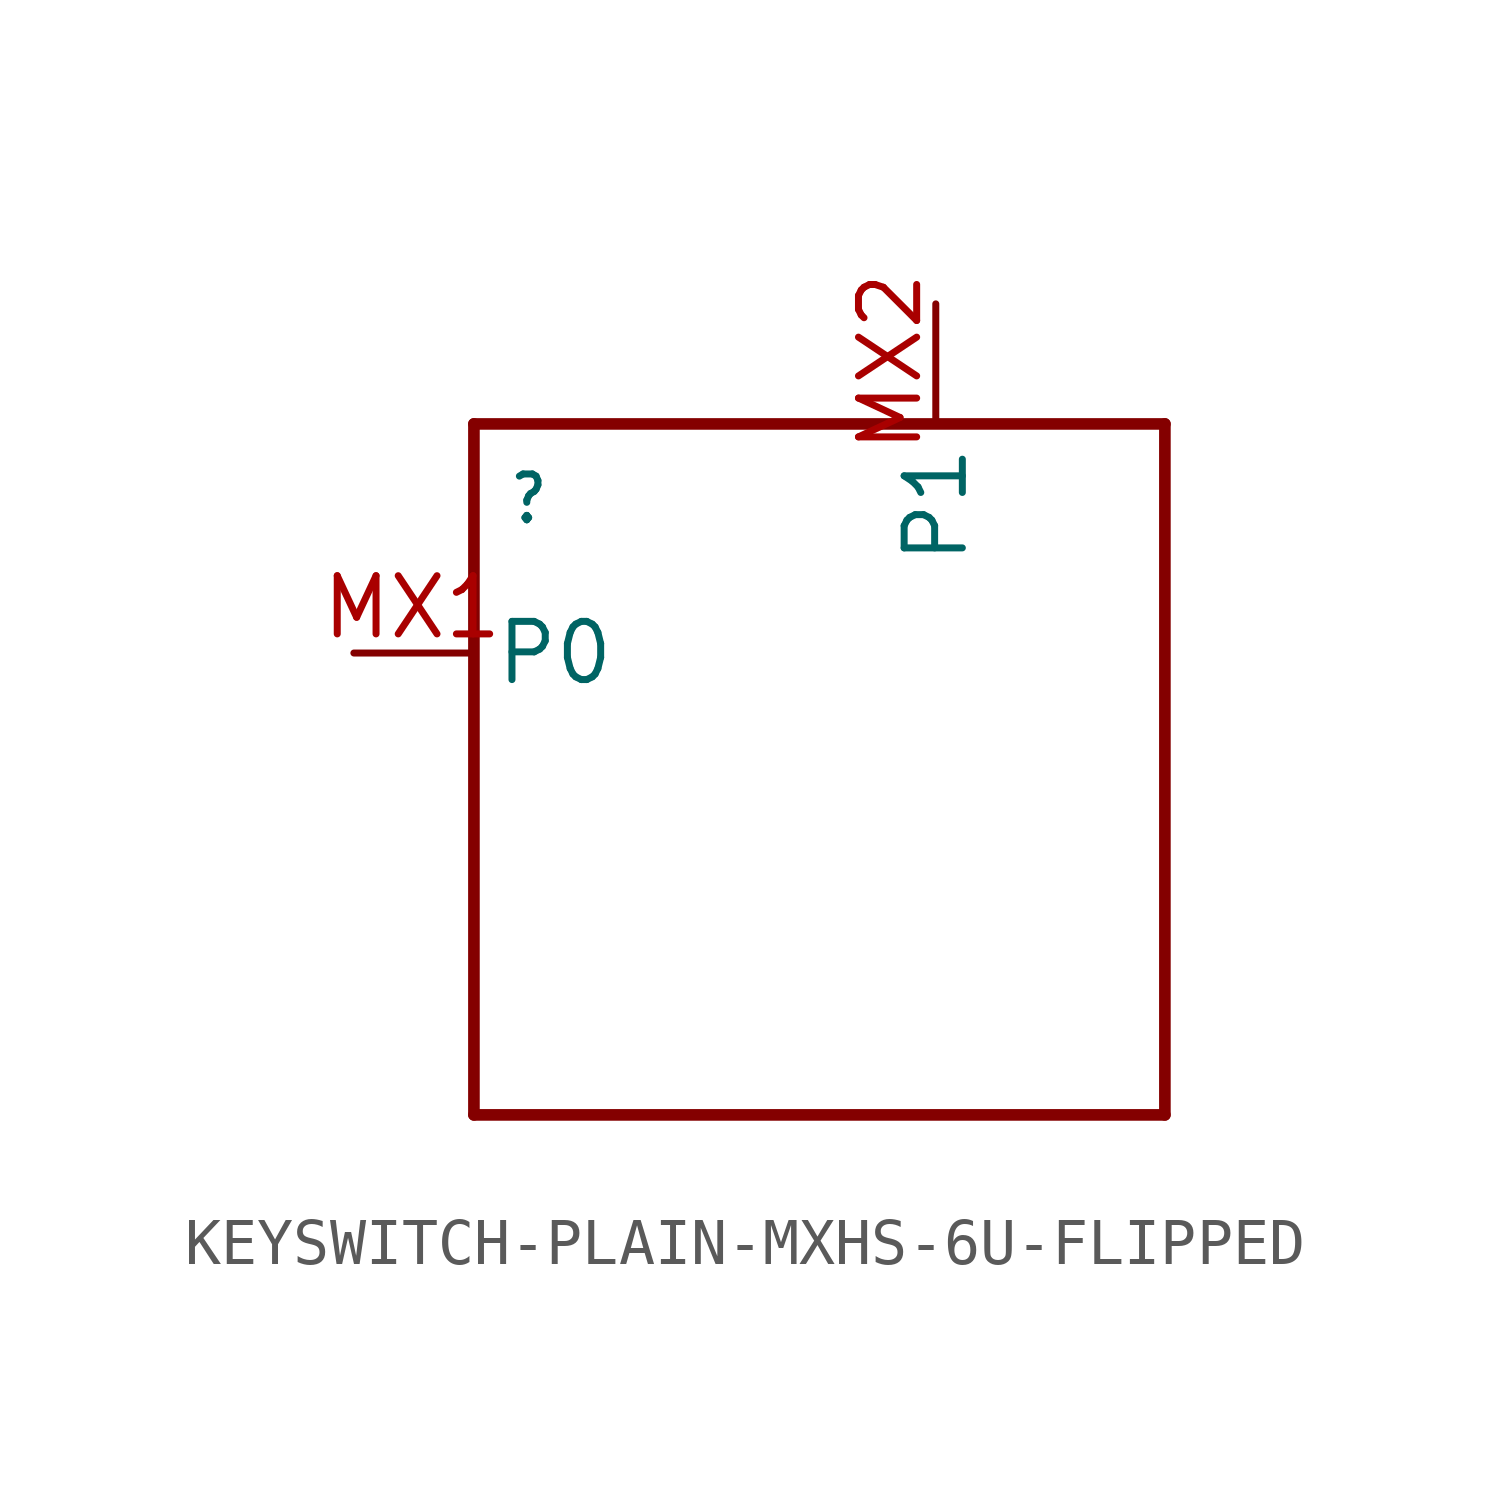
<source format=kicad_sym>
(kicad_symbol_lib
  (version 20211014)
  (generator kicad_symbol_editor)
  (symbol "KEYSWITCH-PLAIN-MXHS-6U-FLIPPED"
    (property "Reference" ""
      (at -6.81 5.318 0)
      (effects (font (size 1 0.85)) (justify left bottom)))
    (property "ki_locked" ""
      (at 0 0 0)
      (effects (font (size 1.27 1.27))))
    (symbol "KEYSWITCH-PLAIN-MXHS-6U-FLIPPED_1_0"
      (polyline (pts (xy -7.54 -7.54) (xy -7.54 7.54)) (stroke (width 0.254) (type default) (color 0 0 0 0)) (fill (type none)))
      (polyline (pts (xy -7.54 7.54) (xy 7.54 7.54)) (stroke (width 0.254) (type default) (color 0 0 0 0)) (fill (type none)))
      (polyline (pts (xy 7.54 -7.54) (xy -7.54 -7.54)) (stroke (width 0.254) (type default) (color 0 0 0 0)) (fill (type none)))
      (polyline (pts (xy 7.54 7.54) (xy 7.54 -7.54)) (stroke (width 0.254) (type default) (color 0 0 0 0)) (fill (type none)))
      (pin bidirectional line (at -10.16 2.54 0) (length 2.54) (name "P0" (effects (font (size 1.27 1.27)))) (number "MX1" (effects (font (size 1.27 1.27)))))
      (pin bidirectional line (at 2.54 10.16 270) (length 2.54) (name "P1" (effects (font (size 1.27 1.27)))) (number "MX2" (effects (font (size 1.27 1.27))))))))
</source>
